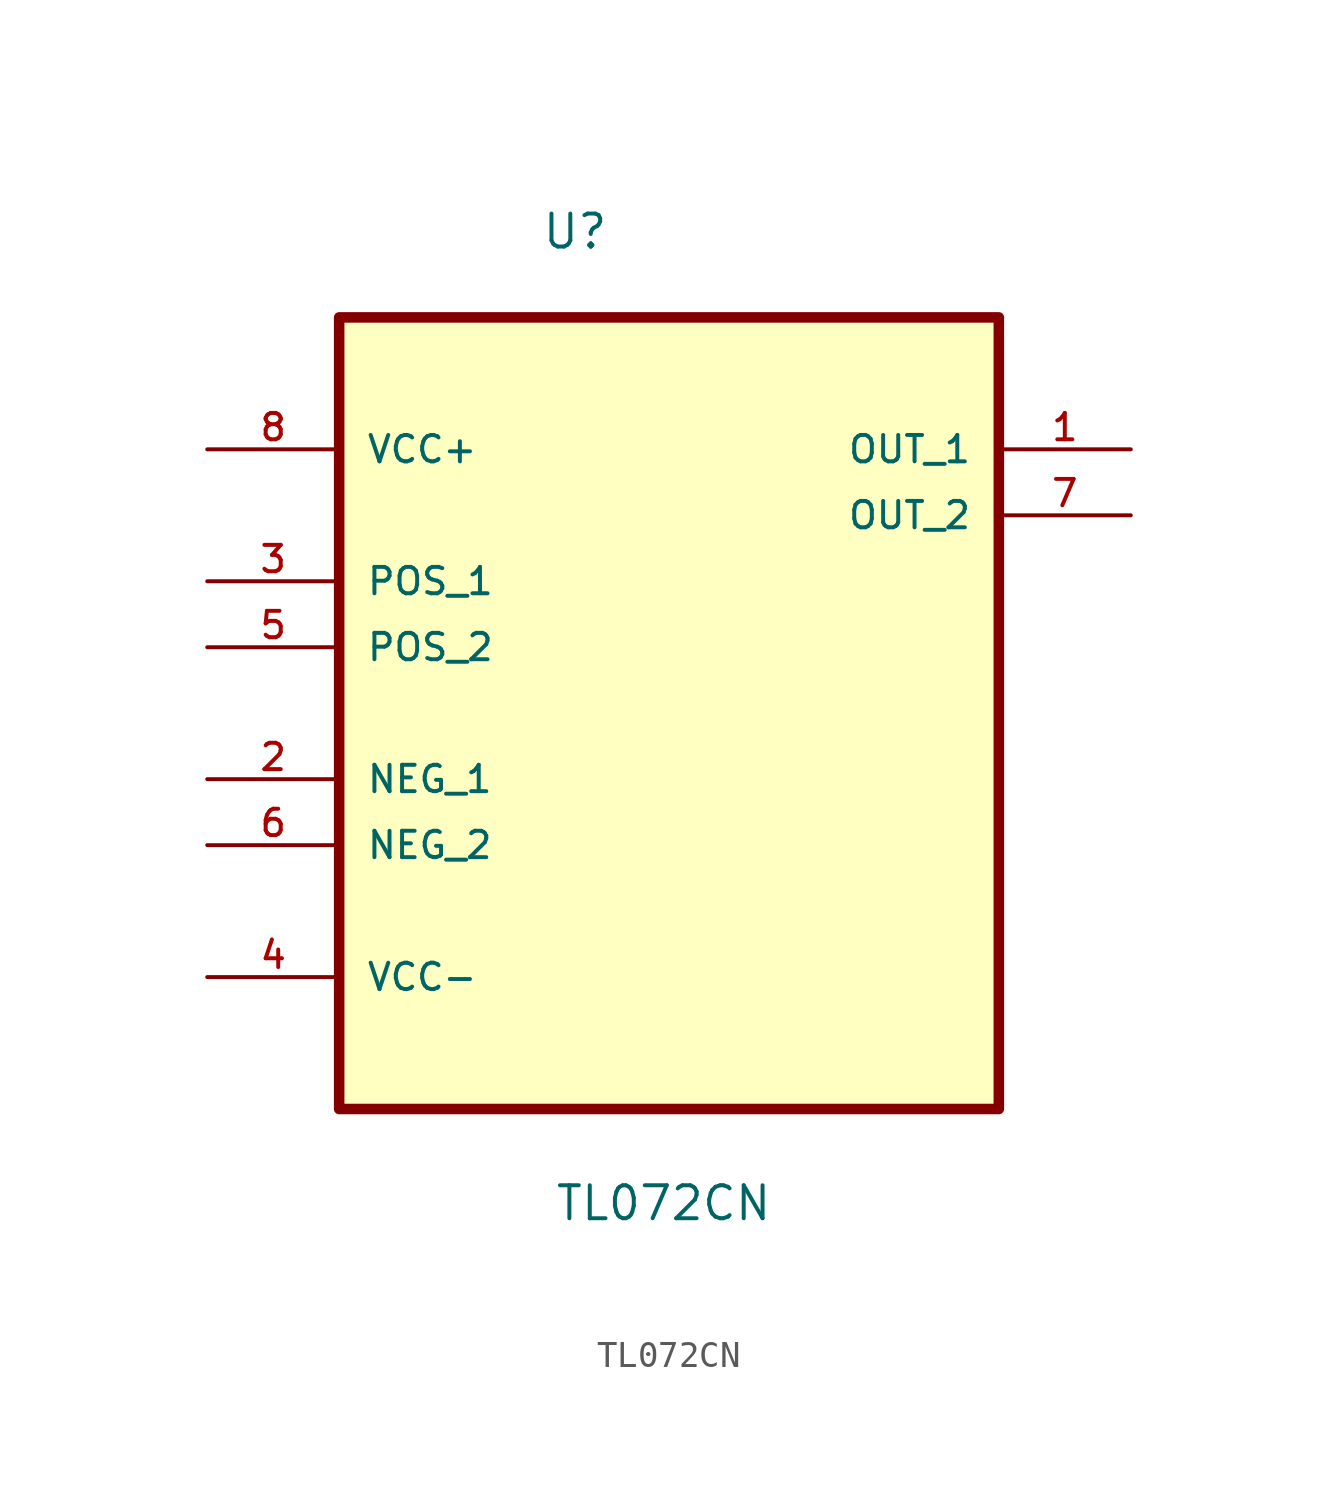
<source format=kicad_sym>
(kicad_symbol_lib
  (version 20211014)
  (generator kicad_symbol_editor)
  (symbol "TL072CN"
    (pin_names
      (offset 1.016))
    (property "Reference" "U"
      (at -4.928 15.265 0.0)
      (effects (font (size 1.27 1.27)) (justify bottom left)))
    (property "Value" "TL072CN"
      (at -4.42 -22.149 0.0)
      (effects (font (size 1.27 1.27)) (justify bottom left)))
    (symbol "TL072CN_0_0"
      (rectangle (start -12.7 -17.78) (end 12.7 12.7) (stroke (width 0.406)) (fill (type background)))
      (pin power_in line (at -17.78 7.62 0) (length 5.08) (name "VCC+" (effects (font (size 1.016 1.016)))) (number "8" (effects (font (size 1.016 1.016)))))
      (pin input line (at -17.78 2.54 0) (length 5.08) (name "POS_1" (effects (font (size 1.016 1.016)))) (number "3" (effects (font (size 1.016 1.016)))))
      (pin input line (at -17.78 0.0 0) (length 5.08) (name "POS_2" (effects (font (size 1.016 1.016)))) (number "5" (effects (font (size 1.016 1.016)))))
      (pin input line (at -17.78 -5.08 0) (length 5.08) (name "NEG_1" (effects (font (size 1.016 1.016)))) (number "2" (effects (font (size 1.016 1.016)))))
      (pin input line (at -17.78 -7.62 0) (length 5.08) (name "NEG_2" (effects (font (size 1.016 1.016)))) (number "6" (effects (font (size 1.016 1.016)))))
      (pin power_in line (at -17.78 -12.7 0) (length 5.08) (name "VCC-" (effects (font (size 1.016 1.016)))) (number "4" (effects (font (size 1.016 1.016)))))
      (pin output line (at 17.78 7.62 180.0) (length 5.08) (name "OUT_1" (effects (font (size 1.016 1.016)))) (number "1" (effects (font (size 1.016 1.016)))))
      (pin output line (at 17.78 5.08 180.0) (length 5.08) (name "OUT_2" (effects (font (size 1.016 1.016)))) (number "7" (effects (font (size 1.016 1.016))))))))
</source>
